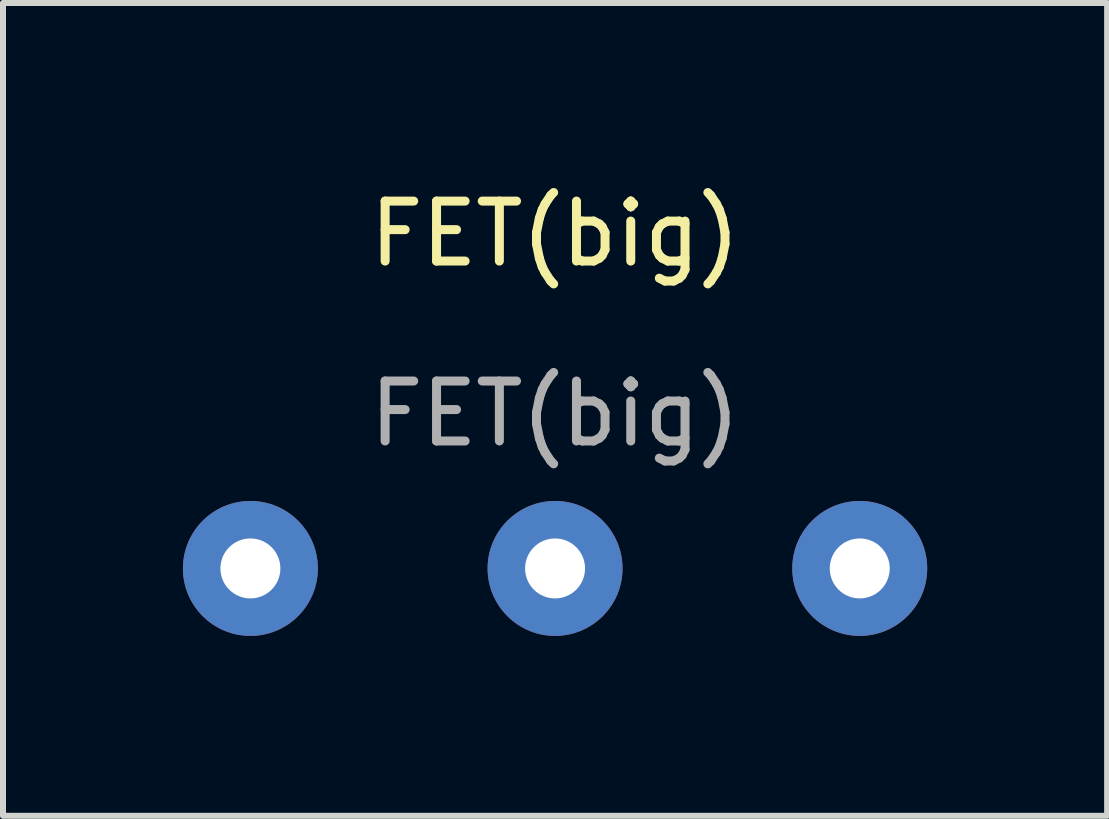
<source format=kicad_pcb>
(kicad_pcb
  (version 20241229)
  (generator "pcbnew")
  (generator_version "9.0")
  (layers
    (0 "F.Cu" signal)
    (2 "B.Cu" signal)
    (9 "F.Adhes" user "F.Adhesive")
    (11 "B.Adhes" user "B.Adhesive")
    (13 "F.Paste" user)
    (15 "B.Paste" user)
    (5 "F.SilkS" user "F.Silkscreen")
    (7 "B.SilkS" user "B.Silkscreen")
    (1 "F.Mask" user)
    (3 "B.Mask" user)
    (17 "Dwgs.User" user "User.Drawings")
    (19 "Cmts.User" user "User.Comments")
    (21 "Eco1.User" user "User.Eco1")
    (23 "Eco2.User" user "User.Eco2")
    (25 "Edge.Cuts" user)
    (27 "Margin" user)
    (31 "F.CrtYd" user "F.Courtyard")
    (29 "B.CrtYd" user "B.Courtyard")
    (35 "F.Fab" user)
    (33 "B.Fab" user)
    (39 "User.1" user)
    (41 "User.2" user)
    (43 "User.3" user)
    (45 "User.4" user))
  (footprint "FET(big)"
    (layer "F.Cu")
    (at 6.205 1.348)
    (property "Reference" "FET(big)" (at 0 -0.5 0) (unlocked yes) (layer "F.SilkS") (effects (font (size 1 1) (thickness 0.15))))
    (attr through_hole)
    (fp_text user "${REFERENCE}" (at 0 2.5 0) (unlocked yes) (layer "F.Fab") (effects (font (size 1 1) (thickness 0.15))))
    (pad "1" thru_hole circle (at -5.08 5.08) (size 2.25 2.25) (drill 1) (layers "*.Cu" "*.Mask"))
    (pad "2" thru_hole circle (at 0 5.08) (size 2.25 2.25) (drill 1) (layers "*.Cu" "*.Mask"))
    (pad "3" thru_hole circle (at 5.08 5.08) (size 2.25 2.25) (drill 1) (layers "*.Cu" "*.Mask")))
  (gr_rect
    (start -3 -3)
    (end 15.41 10.553)
    (stroke (width 0.1) (type default))
    (fill no)
    (layer "Edge.Cuts")))
</source>
